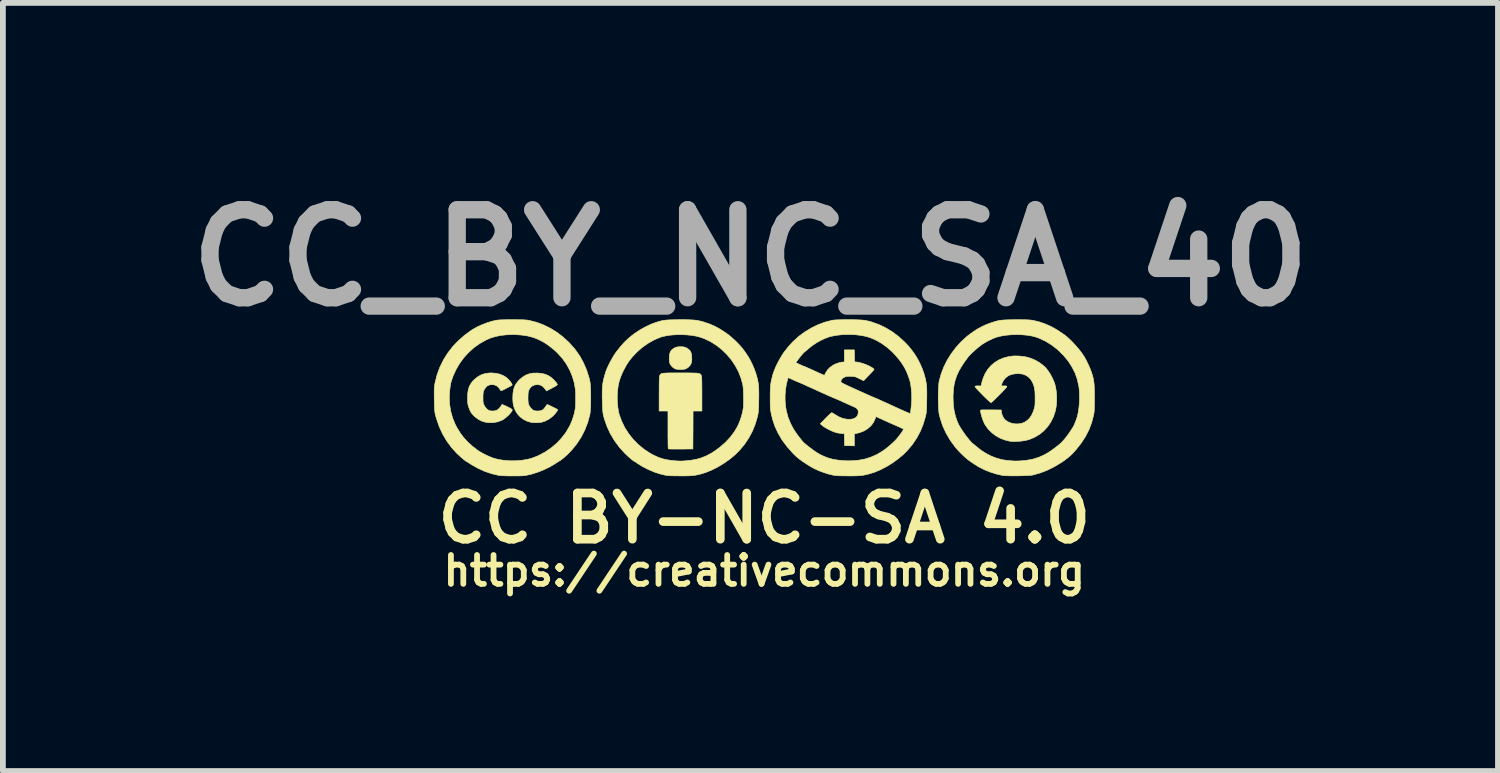
<source format=kicad_pcb>
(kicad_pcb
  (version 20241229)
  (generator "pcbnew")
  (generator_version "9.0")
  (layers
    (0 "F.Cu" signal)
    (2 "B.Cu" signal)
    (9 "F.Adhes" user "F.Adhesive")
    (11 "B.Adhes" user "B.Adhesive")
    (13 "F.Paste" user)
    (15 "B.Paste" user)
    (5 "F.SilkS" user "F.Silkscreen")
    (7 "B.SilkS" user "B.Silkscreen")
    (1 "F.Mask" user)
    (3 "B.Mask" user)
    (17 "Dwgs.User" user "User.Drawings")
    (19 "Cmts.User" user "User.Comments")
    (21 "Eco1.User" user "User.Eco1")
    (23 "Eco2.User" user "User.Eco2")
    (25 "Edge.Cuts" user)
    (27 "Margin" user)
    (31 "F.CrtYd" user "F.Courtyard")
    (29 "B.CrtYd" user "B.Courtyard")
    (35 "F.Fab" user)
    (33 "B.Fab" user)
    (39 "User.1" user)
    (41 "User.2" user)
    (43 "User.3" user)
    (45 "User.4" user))
  (footprint "CC_BY_NC_SA_40"
    (layer "F.Cu")
    (at 10.19 3.838)
    (property "Reference" "CC_BY_NC_SA_40" (at -0.24 -2.42 0) (layer "F.Fab") (effects (font (size 1.524 1.524) (thickness 0.3))))
    (attr through_hole)
    (fp_poly (pts (xy -1.418 -0.881) (xy -1.394 -0.878) (xy -1.374 -0.873) (xy -1.352 -0.863) (xy -1.345 -0.86) (xy -1.31 -0.837) (xy -1.285 -0.811) (xy -1.269 -0.778) (xy -1.259 -0.735) (xy -1.257 -0.701) (xy -1.256 -0.664) (xy -1.258 -0.629) (xy -1.262 -0.604) (xy -1.263 -0.602) (xy -1.278 -0.57) (xy -1.303 -0.538) (xy -1.335 -0.513) (xy -1.368 -0.496) (xy -1.374 -0.495) (xy -1.408 -0.489) (xy -1.449 -0.487) (xy -1.491 -0.489) (xy -1.527 -0.494) (xy -1.534 -0.495) (xy -1.558 -0.506) (xy -1.586 -0.526) (xy -1.597 -0.536) (xy -1.619 -0.561) (xy -1.634 -0.587) (xy -1.643 -0.617) (xy -1.647 -0.656) (xy -1.646 -0.701) (xy -1.641 -0.752) (xy -1.629 -0.791) (xy -1.61 -0.821) (xy -1.581 -0.846) (xy -1.557 -0.86) (xy -1.534 -0.87) (xy -1.514 -0.877) (xy -1.492 -0.88) (xy -1.462 -0.881) (xy -1.451 -0.881) (xy -1.418 -0.881)) (stroke (width 0.01) (type solid)) (fill yes) (layer "F.SilkS"))
    (fp_poly (pts (xy -1.373 -0.428) (xy -1.307 -0.428) (xy -1.254 -0.427) (xy -1.211 -0.426) (xy -1.177 -0.425) (xy -1.152 -0.422) (xy -1.133 -0.419) (xy -1.119 -0.414) (xy -1.109 -0.409) (xy -1.102 -0.401) (xy -1.096 -0.393) (xy -1.092 -0.385) (xy -1.09 -0.378) (xy -1.087 -0.367) (xy -1.085 -0.351) (xy -1.084 -0.329) (xy -1.083 -0.3) (xy -1.082 -0.261) (xy -1.082 -0.212) (xy -1.081 -0.152) (xy -1.081 -0.079) (xy -1.081 -0.066) (xy -1.081 0.232) (xy -1.234 0.232) (xy -1.235 0.561) (xy -1.237 0.889) (xy -1.448 0.891) (xy -1.502 0.891) (xy -1.551 0.891) (xy -1.594 0.891) (xy -1.628 0.89) (xy -1.652 0.889) (xy -1.663 0.888) (xy -1.664 0.888) (xy -1.665 0.88) (xy -1.666 0.859) (xy -1.667 0.826) (xy -1.668 0.783) (xy -1.668 0.732) (xy -1.669 0.674) (xy -1.669 0.61) (xy -1.669 0.558) (xy -1.669 0.232) (xy -1.822 0.232) (xy -1.822 -0.066) (xy -1.821 -0.141) (xy -1.821 -0.204) (xy -1.821 -0.254) (xy -1.82 -0.294) (xy -1.819 -0.325) (xy -1.818 -0.348) (xy -1.816 -0.365) (xy -1.814 -0.376) (xy -1.811 -0.384) (xy -1.811 -0.385) (xy -1.805 -0.395) (xy -1.799 -0.403) (xy -1.792 -0.41) (xy -1.781 -0.416) (xy -1.766 -0.42) (xy -1.745 -0.423) (xy -1.718 -0.425) (xy -1.682 -0.427) (xy -1.636 -0.428) (xy -1.58 -0.428) (xy -1.511 -0.428) (xy -1.451 -0.428) (xy -1.373 -0.428)) (stroke (width 0.01) (type solid)) (fill yes) (layer "F.SilkS"))
    (fp_poly (pts (xy -3.926 -0.426) (xy -3.857 -0.419) (xy -3.797 -0.405) (xy -3.744 -0.383) (xy -3.707 -0.36) (xy -3.682 -0.341) (xy -3.655 -0.317) (xy -3.63 -0.291) (xy -3.609 -0.266) (xy -3.593 -0.245) (xy -3.585 -0.229) (xy -3.585 -0.227) (xy -3.591 -0.218) (xy -3.607 -0.206) (xy -3.636 -0.188) (xy -3.678 -0.166) (xy -3.679 -0.165) (xy -3.773 -0.116) (xy -3.803 -0.157) (xy -3.835 -0.192) (xy -3.87 -0.214) (xy -3.911 -0.224) (xy -3.932 -0.225) (xy -3.981 -0.219) (xy -4.022 -0.201) (xy -4.054 -0.171) (xy -4.078 -0.131) (xy -4.089 -0.092) (xy -4.092 -0.068) (xy -4.093 -0.034) (xy -4.094 0.004) (xy -4.093 0.042) (xy -4.091 0.074) (xy -4.09 0.089) (xy -4.079 0.127) (xy -4.058 0.164) (xy -4.031 0.196) (xy -4.001 0.219) (xy -3.989 0.225) (xy -3.962 0.23) (xy -3.928 0.232) (xy -3.893 0.23) (xy -3.862 0.224) (xy -3.856 0.221) (xy -3.84 0.213) (xy -3.826 0.201) (xy -3.809 0.182) (xy -3.788 0.154) (xy -3.771 0.128) (xy -3.767 0.123) (xy -3.76 0.121) (xy -3.75 0.123) (xy -3.734 0.129) (xy -3.71 0.141) (xy -3.674 0.158) (xy -3.672 0.16) (xy -3.639 0.176) (xy -3.611 0.19) (xy -3.59 0.201) (xy -3.58 0.207) (xy -3.579 0.207) (xy -3.58 0.215) (xy -3.589 0.231) (xy -3.604 0.253) (xy -3.623 0.277) (xy -3.644 0.301) (xy -3.665 0.322) (xy -3.669 0.325) (xy -3.729 0.371) (xy -3.795 0.406) (xy -3.85 0.424) (xy -3.887 0.431) (xy -3.933 0.434) (xy -3.981 0.434) (xy -4.025 0.43) (xy -4.042 0.428) (xy -4.11 0.408) (xy -4.173 0.376) (xy -4.229 0.334) (xy -4.276 0.283) (xy -4.31 0.228) (xy -4.331 0.18) (xy -4.346 0.132) (xy -4.354 0.081) (xy -4.357 0.021) (xy -4.357 0.004) (xy -4.354 -0.071) (xy -4.344 -0.135) (xy -4.327 -0.19) (xy -4.3 -0.24) (xy -4.264 -0.286) (xy -4.244 -0.308) (xy -4.188 -0.355) (xy -4.132 -0.39) (xy -4.071 -0.413) (xy -4.004 -0.425) (xy -3.929 -0.426) (xy -3.926 -0.426)) (stroke (width 0.01) (type solid)) (fill yes) (layer "F.SilkS"))
    (fp_poly (pts (xy -4.653 -0.422) (xy -4.58 -0.406) (xy -4.515 -0.378) (xy -4.477 -0.355) (xy -4.452 -0.334) (xy -4.427 -0.309) (xy -4.404 -0.284) (xy -4.386 -0.259) (xy -4.373 -0.237) (xy -4.368 -0.221) (xy -4.37 -0.215) (xy -4.377 -0.211) (xy -4.394 -0.201) (xy -4.42 -0.187) (xy -4.452 -0.171) (xy -4.466 -0.163) (xy -4.503 -0.144) (xy -4.529 -0.131) (xy -4.546 -0.123) (xy -4.557 -0.121) (xy -4.564 -0.122) (xy -4.568 -0.126) (xy -4.568 -0.126) (xy -4.597 -0.169) (xy -4.627 -0.198) (xy -4.66 -0.216) (xy -4.699 -0.224) (xy -4.716 -0.225) (xy -4.76 -0.22) (xy -4.797 -0.204) (xy -4.827 -0.176) (xy -4.853 -0.135) (xy -4.856 -0.127) (xy -4.864 -0.11) (xy -4.868 -0.092) (xy -4.871 -0.072) (xy -4.873 -0.044) (xy -4.873 -0.006) (xy -4.873 0) (xy -4.873 0.04) (xy -4.872 0.069) (xy -4.869 0.09) (xy -4.864 0.108) (xy -4.857 0.125) (xy -4.856 0.127) (xy -4.834 0.166) (xy -4.806 0.198) (xy -4.775 0.22) (xy -4.77 0.222) (xy -4.736 0.231) (xy -4.696 0.232) (xy -4.656 0.226) (xy -4.63 0.216) (xy -4.607 0.199) (xy -4.582 0.174) (xy -4.561 0.146) (xy -4.548 0.122) (xy -4.542 0.12) (xy -4.525 0.124) (xy -4.498 0.136) (xy -4.466 0.151) (xy -4.426 0.171) (xy -4.397 0.186) (xy -4.379 0.197) (xy -4.369 0.206) (xy -4.366 0.214) (xy -4.368 0.224) (xy -4.375 0.236) (xy -4.379 0.242) (xy -4.399 0.27) (xy -4.429 0.302) (xy -4.464 0.334) (xy -4.5 0.363) (xy -4.534 0.386) (xy -4.546 0.392) (xy -4.619 0.419) (xy -4.696 0.433) (xy -4.775 0.434) (xy -4.839 0.424) (xy -4.899 0.405) (xy -4.958 0.373) (xy -5.013 0.332) (xy -5.059 0.285) (xy -5.082 0.254) (xy -5.094 0.231) (xy -5.108 0.2) (xy -5.12 0.167) (xy -5.121 0.163) (xy -5.129 0.137) (xy -5.135 0.113) (xy -5.138 0.089) (xy -5.14 0.058) (xy -5.141 0.019) (xy -5.141 0.007) (xy -5.138 -0.068) (xy -5.129 -0.133) (xy -5.112 -0.189) (xy -5.086 -0.238) (xy -5.052 -0.284) (xy -5.023 -0.314) (xy -4.963 -0.362) (xy -4.901 -0.396) (xy -4.834 -0.418) (xy -4.76 -0.427) (xy -4.733 -0.428) (xy -4.653 -0.422)) (stroke (width 0.01) (type solid)) (fill yes) (layer "F.SilkS"))
    (fp_poly (pts (xy 4.416 -0.721) (xy 4.514 -0.709) (xy 4.568 -0.697) (xy 4.631 -0.676) (xy 4.696 -0.647) (xy 4.759 -0.611) (xy 4.816 -0.57) (xy 4.864 -0.528) (xy 4.875 -0.516) (xy 4.913 -0.469) (xy 4.951 -0.412) (xy 4.985 -0.349) (xy 5.014 -0.286) (xy 5.029 -0.248) (xy 5.046 -0.182) (xy 5.058 -0.107) (xy 5.064 -0.027) (xy 5.064 0.055) (xy 5.059 0.135) (xy 5.047 0.208) (xy 5.041 0.233) (xy 5.009 0.33) (xy 4.965 0.419) (xy 4.911 0.5) (xy 4.846 0.571) (xy 4.773 0.632) (xy 4.691 0.682) (xy 4.601 0.721) (xy 4.546 0.737) (xy 4.498 0.747) (xy 4.442 0.754) (xy 4.384 0.758) (xy 4.328 0.76) (xy 4.278 0.758) (xy 4.253 0.755) (xy 4.167 0.734) (xy 4.085 0.702) (xy 4.008 0.659) (xy 3.939 0.606) (xy 3.878 0.545) (xy 3.829 0.477) (xy 3.81 0.443) (xy 3.796 0.41) (xy 3.781 0.371) (xy 3.767 0.329) (xy 3.756 0.288) (xy 3.748 0.251) (xy 3.745 0.224) (xy 3.745 0.221) (xy 3.746 0.217) (xy 3.753 0.215) (xy 3.766 0.213) (xy 3.786 0.212) (xy 3.816 0.212) (xy 3.857 0.212) (xy 3.91 0.212) (xy 3.924 0.212) (xy 4.104 0.214) (xy 4.105 0.238) (xy 4.112 0.276) (xy 4.127 0.317) (xy 4.148 0.356) (xy 4.154 0.365) (xy 4.189 0.399) (xy 4.234 0.425) (xy 4.285 0.444) (xy 4.341 0.454) (xy 4.398 0.455) (xy 4.453 0.447) (xy 4.503 0.429) (xy 4.553 0.397) (xy 4.595 0.356) (xy 4.631 0.303) (xy 4.66 0.239) (xy 4.675 0.191) (xy 4.681 0.168) (xy 4.686 0.146) (xy 4.689 0.122) (xy 4.69 0.093) (xy 4.691 0.056) (xy 4.691 0.008) (xy 4.691 0.007) (xy 4.69 -0.056) (xy 4.688 -0.109) (xy 4.682 -0.153) (xy 4.673 -0.192) (xy 4.661 -0.228) (xy 4.648 -0.261) (xy 4.616 -0.315) (xy 4.575 -0.358) (xy 4.526 -0.389) (xy 4.469 -0.409) (xy 4.405 -0.416) (xy 4.351 -0.413) (xy 4.308 -0.407) (xy 4.275 -0.399) (xy 4.246 -0.388) (xy 4.22 -0.374) (xy 4.18 -0.343) (xy 4.146 -0.303) (xy 4.121 -0.258) (xy 4.111 -0.227) (xy 4.106 -0.203) (xy 4.154 -0.203) (xy 4.18 -0.203) (xy 4.195 -0.2) (xy 4.201 -0.196) (xy 4.202 -0.19) (xy 4.197 -0.182) (xy 4.183 -0.165) (xy 4.162 -0.142) (xy 4.135 -0.113) (xy 4.105 -0.082) (xy 4.073 -0.049) (xy 4.04 -0.016) (xy 4.008 0.015) (xy 3.979 0.043) (xy 3.955 0.065) (xy 3.937 0.08) (xy 3.927 0.087) (xy 3.926 0.087) (xy 3.918 0.082) (xy 3.901 0.068) (xy 3.878 0.047) (xy 3.85 0.02) (xy 3.818 -0.01) (xy 3.785 -0.043) (xy 3.753 -0.076) (xy 3.722 -0.108) (xy 3.695 -0.137) (xy 3.672 -0.161) (xy 3.657 -0.18) (xy 3.651 -0.19) (xy 3.65 -0.191) (xy 3.652 -0.197) (xy 3.66 -0.201) (xy 3.676 -0.203) (xy 3.704 -0.203) (xy 3.758 -0.203) (xy 3.762 -0.236) (xy 3.771 -0.275) (xy 3.786 -0.322) (xy 3.805 -0.37) (xy 3.824 -0.414) (xy 3.87 -0.488) (xy 3.925 -0.553) (xy 3.99 -0.608) (xy 4.063 -0.653) (xy 4.143 -0.687) (xy 4.23 -0.71) (xy 4.321 -0.722) (xy 4.416 -0.721)) (stroke (width 0.01) (type solid)) (fill yes) (layer "F.SilkS"))
    (fp_poly (pts (xy -4.3 -1.35) (xy -4.246 -1.349) (xy -4.203 -1.349) (xy -4.168 -1.348) (xy -4.139 -1.346) (xy -4.114 -1.344) (xy -4.092 -1.341) (xy -4.07 -1.337) (xy -4.062 -1.335) (xy -3.939 -1.303) (xy -3.819 -1.257) (xy -3.702 -1.199) (xy -3.589 -1.129) (xy -3.483 -1.047) (xy -3.384 -0.956) (xy -3.293 -0.855) (xy -3.274 -0.831) (xy -3.198 -0.723) (xy -3.133 -0.605) (xy -3.079 -0.48) (xy -3.037 -0.348) (xy -3.021 -0.281) (xy -3.016 -0.25) (xy -3.013 -0.208) (xy -3.01 -0.156) (xy -3.008 -0.097) (xy -3.007 -0.034) (xy -3.007 0.03) (xy -3.008 0.093) (xy -3.009 0.153) (xy -3.012 0.207) (xy -3.016 0.252) (xy -3.02 0.285) (xy -3.021 0.29) (xy -3.058 0.427) (xy -3.108 0.557) (xy -3.17 0.68) (xy -3.245 0.795) (xy -3.332 0.903) (xy -3.387 0.962) (xy -3.428 1) (xy -3.467 1.036) (xy -3.504 1.066) (xy -3.535 1.089) (xy -3.551 1.098) (xy -3.563 1.106) (xy -3.585 1.119) (xy -3.612 1.137) (xy -3.632 1.15) (xy -3.721 1.202) (xy -3.819 1.249) (xy -3.923 1.291) (xy -4.027 1.324) (xy -4.105 1.342) (xy -4.13 1.347) (xy -4.154 1.351) (xy -4.18 1.353) (xy -4.21 1.355) (xy -4.247 1.356) (xy -4.292 1.356) (xy -4.349 1.356) (xy -4.366 1.356) (xy -4.439 1.356) (xy -4.501 1.354) (xy -4.551 1.352) (xy -4.589 1.348) (xy -4.606 1.346) (xy -4.726 1.317) (xy -4.846 1.276) (xy -4.964 1.222) (xy -5.076 1.159) (xy -5.093 1.147) (xy -5.12 1.13) (xy -5.143 1.115) (xy -5.159 1.106) (xy -5.164 1.103) (xy -5.173 1.098) (xy -5.189 1.086) (xy -5.212 1.068) (xy -5.238 1.045) (xy -5.266 1.021) (xy -5.293 0.996) (xy -5.317 0.974) (xy -5.328 0.964) (xy -5.422 0.859) (xy -5.504 0.747) (xy -5.574 0.627) (xy -5.633 0.498) (xy -5.68 0.36) (xy -5.698 0.298) (xy -5.702 0.278) (xy -5.706 0.258) (xy -5.709 0.235) (xy -5.711 0.209) (xy -5.713 0.176) (xy -5.715 0.135) (xy -5.716 0.083) (xy -5.717 0.029) (xy -5.717 -0.001) (xy -5.458 -0.001) (xy -5.451 0.12) (xy -5.431 0.24) (xy -5.398 0.357) (xy -5.352 0.468) (xy -5.317 0.533) (xy -5.262 0.621) (xy -5.201 0.7) (xy -5.133 0.774) (xy -5.054 0.844) (xy -4.963 0.914) (xy -4.958 0.918) (xy -4.92 0.942) (xy -4.873 0.968) (xy -4.82 0.995) (xy -4.766 1.019) (xy -4.715 1.04) (xy -4.684 1.051) (xy -4.602 1.072) (xy -4.511 1.086) (xy -4.413 1.094) (xy -4.313 1.094) (xy -4.215 1.087) (xy -4.19 1.084) (xy -4.1 1.069) (xy -4.017 1.046) (xy -3.935 1.014) (xy -3.908 1.002) (xy -3.796 0.942) (xy -3.692 0.871) (xy -3.597 0.791) (xy -3.513 0.702) (xy -3.439 0.606) (xy -3.378 0.503) (xy -3.364 0.475) (xy -3.344 0.431) (xy -3.325 0.382) (xy -3.308 0.331) (xy -3.294 0.284) (xy -3.285 0.245) (xy -3.284 0.239) (xy -3.28 0.216) (xy -3.276 0.197) (xy -3.275 0.192) (xy -3.273 0.172) (xy -3.27 0.14) (xy -3.269 0.1) (xy -3.268 0.055) (xy -3.268 0.007) (xy -3.268 -0.04) (xy -3.269 -0.083) (xy -3.271 -0.119) (xy -3.272 -0.138) (xy -3.292 -0.256) (xy -3.326 -0.371) (xy -3.373 -0.482) (xy -3.432 -0.587) (xy -3.503 -0.686) (xy -3.586 -0.777) (xy -3.639 -0.826) (xy -3.73 -0.899) (xy -3.819 -0.959) (xy -3.909 -1.006) (xy -4.002 -1.043) (xy -4.1 -1.068) (xy -4.205 -1.084) (xy -4.319 -1.092) (xy -4.362 -1.092) (xy -4.47 -1.088) (xy -4.569 -1.077) (xy -4.66 -1.058) (xy -4.746 -1.031) (xy -4.822 -0.998) (xy -4.929 -0.938) (xy -5.03 -0.866) (xy -5.122 -0.783) (xy -5.206 -0.691) (xy -5.28 -0.59) (xy -5.342 -0.483) (xy -5.393 -0.37) (xy -5.422 -0.284) (xy -5.428 -0.262) (xy -5.433 -0.244) (xy -5.436 -0.224) (xy -5.44 -0.201) (xy -5.444 -0.17) (xy -5.449 -0.129) (xy -5.45 -0.124) (xy -5.458 -0.001) (xy -5.717 -0.001) (xy -5.718 -0.032) (xy -5.718 -0.08) (xy -5.718 -0.119) (xy -5.717 -0.15) (xy -5.716 -0.176) (xy -5.714 -0.199) (xy -5.71 -0.222) (xy -5.706 -0.246) (xy -5.701 -0.269) (xy -5.667 -0.401) (xy -5.619 -0.53) (xy -5.559 -0.652) (xy -5.486 -0.769) (xy -5.401 -0.88) (xy -5.304 -0.982) (xy -5.197 -1.077) (xy -5.08 -1.163) (xy -5.05 -1.182) (xy -4.974 -1.225) (xy -4.888 -1.264) (xy -4.797 -1.299) (xy -4.706 -1.326) (xy -4.665 -1.335) (xy -4.644 -1.339) (xy -4.623 -1.343) (xy -4.6 -1.345) (xy -4.572 -1.347) (xy -4.539 -1.348) (xy -4.497 -1.349) (xy -4.445 -1.35) (xy -4.381 -1.35) (xy -4.366 -1.35) (xy -4.3 -1.35)) (stroke (width 0.01) (type solid)) (fill yes) (layer "F.SilkS"))
    (fp_poly (pts (xy -1.384 -1.35) (xy -1.322 -1.349) (xy -1.271 -1.347) (xy -1.227 -1.345) (xy -1.19 -1.341) (xy -1.155 -1.336) (xy -1.122 -1.329) (xy -1.087 -1.321) (xy -1.05 -1.31) (xy -1.035 -1.305) (xy -0.949 -1.276) (xy -0.866 -1.24) (xy -0.784 -1.197) (xy -0.7 -1.144) (xy -0.635 -1.099) (xy -0.598 -1.07) (xy -0.556 -1.034) (xy -0.512 -0.994) (xy -0.469 -0.952) (xy -0.43 -0.911) (xy -0.397 -0.874) (xy -0.381 -0.855) (xy -0.361 -0.828) (xy -0.339 -0.799) (xy -0.33 -0.787) (xy -0.29 -0.728) (xy -0.25 -0.66) (xy -0.212 -0.585) (xy -0.178 -0.507) (xy -0.15 -0.431) (xy -0.135 -0.382) (xy -0.123 -0.338) (xy -0.114 -0.298) (xy -0.107 -0.261) (xy -0.101 -0.224) (xy -0.098 -0.184) (xy -0.096 -0.139) (xy -0.095 -0.086) (xy -0.095 -0.024) (xy -0.096 0.04) (xy -0.097 0.102) (xy -0.098 0.152) (xy -0.1 0.192) (xy -0.102 0.224) (xy -0.104 0.25) (xy -0.107 0.272) (xy -0.111 0.294) (xy -0.116 0.316) (xy -0.118 0.327) (xy -0.157 0.459) (xy -0.207 0.583) (xy -0.269 0.699) (xy -0.343 0.809) (xy -0.428 0.911) (xy -0.506 0.989) (xy -0.596 1.064) (xy -0.695 1.134) (xy -0.798 1.197) (xy -0.903 1.251) (xy -1.008 1.294) (xy -1.032 1.302) (xy -1.082 1.318) (xy -1.128 1.33) (xy -1.172 1.34) (xy -1.216 1.347) (xy -1.264 1.352) (xy -1.318 1.355) (xy -1.381 1.356) (xy -1.456 1.356) (xy -1.457 1.356) (xy -1.538 1.355) (xy -1.605 1.354) (xy -1.657 1.351) (xy -1.694 1.347) (xy -1.705 1.346) (xy -1.804 1.322) (xy -1.906 1.289) (xy -2.008 1.246) (xy -2.105 1.197) (xy -2.194 1.142) (xy -2.214 1.127) (xy -2.233 1.114) (xy -2.248 1.105) (xy -2.253 1.103) (xy -2.262 1.098) (xy -2.279 1.086) (xy -2.302 1.067) (xy -2.329 1.044) (xy -2.358 1.019) (xy -2.386 0.993) (xy -2.411 0.969) (xy -2.417 0.963) (xy -2.513 0.857) (xy -2.597 0.742) (xy -2.669 0.621) (xy -2.727 0.494) (xy -2.773 0.362) (xy -2.791 0.29) (xy -2.795 0.264) (xy -2.799 0.226) (xy -2.802 0.179) (xy -2.804 0.124) (xy -2.806 0.066) (xy -2.808 0.006) (xy -2.808 -0.014) (xy -2.548 -0.014) (xy -2.546 0.08) (xy -2.537 0.171) (xy -2.523 0.255) (xy -2.514 0.29) (xy -2.472 0.406) (xy -2.418 0.518) (xy -2.351 0.623) (xy -2.273 0.722) (xy -2.185 0.811) (xy -2.087 0.892) (xy -1.98 0.963) (xy -1.909 1.001) (xy -1.833 1.035) (xy -1.76 1.06) (xy -1.682 1.077) (xy -1.636 1.084) (xy -1.567 1.093) (xy -1.507 1.097) (xy -1.45 1.099) (xy -1.392 1.097) (xy -1.329 1.091) (xy -1.266 1.084) (xy -1.175 1.068) (xy -1.089 1.043) (xy -1.005 1.009) (xy -0.922 0.965) (xy -0.836 0.909) (xy -0.773 0.862) (xy -0.675 0.777) (xy -0.588 0.684) (xy -0.514 0.584) (xy -0.473 0.515) (xy -0.443 0.454) (xy -0.416 0.385) (xy -0.393 0.313) (xy -0.375 0.244) (xy -0.365 0.18) (xy -0.364 0.178) (xy -0.361 0.137) (xy -0.36 0.088) (xy -0.359 0.033) (xy -0.36 -0.024) (xy -0.361 -0.08) (xy -0.363 -0.133) (xy -0.367 -0.178) (xy -0.371 -0.214) (xy -0.373 -0.225) (xy -0.404 -0.339) (xy -0.447 -0.449) (xy -0.504 -0.555) (xy -0.571 -0.655) (xy -0.648 -0.747) (xy -0.734 -0.831) (xy -0.828 -0.905) (xy -0.929 -0.969) (xy -1.036 -1.02) (xy -1.101 -1.044) (xy -1.173 -1.064) (xy -1.254 -1.078) (xy -1.342 -1.087) (xy -1.433 -1.091) (xy -1.525 -1.09) (xy -1.613 -1.084) (xy -1.696 -1.072) (xy -1.769 -1.056) (xy -1.8 -1.046) (xy -1.905 -1.002) (xy -2.008 -0.945) (xy -2.107 -0.876) (xy -2.199 -0.797) (xy -2.283 -0.709) (xy -2.345 -0.632) (xy -2.384 -0.572) (xy -2.422 -0.504) (xy -2.458 -0.432) (xy -2.488 -0.36) (xy -2.511 -0.294) (xy -2.514 -0.282) (xy -2.532 -0.2) (xy -2.543 -0.109) (xy -2.548 -0.014) (xy -2.808 -0.014) (xy -2.808 -0.053) (xy -2.808 -0.108) (xy -2.806 -0.157) (xy -2.804 -0.197) (xy -2.801 -0.225) (xy -2.792 -0.278) (xy -2.779 -0.336) (xy -2.763 -0.393) (xy -2.748 -0.444) (xy -2.74 -0.466) (xy -2.722 -0.511) (xy -2.698 -0.561) (xy -2.672 -0.614) (xy -2.643 -0.666) (xy -2.615 -0.716) (xy -2.587 -0.759) (xy -2.563 -0.794) (xy -2.55 -0.81) (xy -2.54 -0.822) (xy -2.523 -0.843) (xy -2.503 -0.868) (xy -2.49 -0.885) (xy -2.423 -0.961) (xy -2.344 -1.035) (xy -2.256 -1.105) (xy -2.161 -1.169) (xy -2.061 -1.225) (xy -1.961 -1.272) (xy -1.889 -1.299) (xy -1.848 -1.312) (xy -1.811 -1.323) (xy -1.776 -1.332) (xy -1.742 -1.338) (xy -1.705 -1.343) (xy -1.663 -1.346) (xy -1.615 -1.348) (xy -1.557 -1.349) (xy -1.488 -1.35) (xy -1.458 -1.35) (xy -1.384 -1.35)) (stroke (width 0.01) (type solid)) (fill yes) (layer "F.SilkS"))
    (fp_poly (pts (xy 4.435 -1.35) (xy 4.488 -1.349) (xy 4.531 -1.349) (xy 4.565 -1.347) (xy 4.594 -1.346) (xy 4.618 -1.343) (xy 4.641 -1.34) (xy 4.663 -1.336) (xy 4.669 -1.335) (xy 4.771 -1.31) (xy 4.87 -1.275) (xy 4.968 -1.231) (xy 5.067 -1.176) (xy 5.169 -1.108) (xy 5.211 -1.079) (xy 5.254 -1.043) (xy 5.303 -0.998) (xy 5.354 -0.946) (xy 5.405 -0.889) (xy 5.454 -0.832) (xy 5.497 -0.776) (xy 5.532 -0.725) (xy 5.539 -0.713) (xy 5.564 -0.67) (xy 5.59 -0.619) (xy 5.617 -0.563) (xy 5.641 -0.508) (xy 5.66 -0.459) (xy 5.667 -0.439) (xy 5.681 -0.397) (xy 5.692 -0.358) (xy 5.7 -0.322) (xy 5.707 -0.284) (xy 5.712 -0.244) (xy 5.715 -0.198) (xy 5.717 -0.145) (xy 5.718 -0.083) (xy 5.719 -0.008) (xy 5.719 0.004) (xy 5.719 0.07) (xy 5.718 0.124) (xy 5.717 0.168) (xy 5.716 0.203) (xy 5.715 0.231) (xy 5.712 0.256) (xy 5.709 0.278) (xy 5.705 0.3) (xy 5.704 0.305) (xy 5.671 0.431) (xy 5.625 0.554) (xy 5.565 0.672) (xy 5.49 0.787) (xy 5.403 0.898) (xy 5.356 0.951) (xy 5.31 0.997) (xy 5.262 1.039) (xy 5.208 1.08) (xy 5.145 1.124) (xy 5.027 1.195) (xy 4.905 1.256) (xy 4.782 1.304) (xy 4.659 1.339) (xy 4.633 1.344) (xy 4.595 1.347) (xy 4.548 1.35) (xy 4.493 1.352) (xy 4.435 1.354) (xy 4.374 1.355) (xy 4.314 1.355) (xy 4.256 1.355) (xy 4.205 1.353) (xy 4.162 1.351) (xy 4.129 1.348) (xy 4.118 1.346) (xy 4.015 1.322) (xy 3.911 1.289) (xy 3.81 1.248) (xy 3.717 1.201) (xy 3.637 1.151) (xy 3.611 1.134) (xy 3.59 1.119) (xy 3.575 1.109) (xy 3.572 1.107) (xy 3.536 1.081) (xy 3.494 1.047) (xy 3.448 1.006) (xy 3.402 0.961) (xy 3.357 0.914) (xy 3.316 0.867) (xy 3.304 0.853) (xy 3.22 0.737) (xy 3.149 0.616) (xy 3.091 0.491) (xy 3.048 0.361) (xy 3.028 0.283) (xy 3.024 0.252) (xy 3.02 0.208) (xy 3.017 0.156) (xy 3.015 0.097) (xy 3.014 0.033) (xy 3.014 0) (xy 3.27 0) (xy 3.274 0.117) (xy 3.288 0.224) (xy 3.311 0.323) (xy 3.343 0.416) (xy 3.356 0.445) (xy 3.376 0.485) (xy 3.403 0.53) (xy 3.435 0.578) (xy 3.469 0.628) (xy 3.505 0.676) (xy 3.54 0.72) (xy 3.573 0.759) (xy 3.602 0.788) (xy 3.619 0.803) (xy 3.64 0.819) (xy 3.665 0.84) (xy 3.683 0.855) (xy 3.76 0.916) (xy 3.845 0.969) (xy 3.935 1.015) (xy 4.027 1.05) (xy 4.117 1.074) (xy 4.144 1.079) (xy 4.242 1.092) (xy 4.333 1.098) (xy 4.422 1.097) (xy 4.517 1.089) (xy 4.554 1.084) (xy 4.66 1.064) (xy 4.762 1.031) (xy 4.86 0.986) (xy 4.922 0.95) (xy 4.961 0.924) (xy 5.006 0.892) (xy 5.054 0.856) (xy 5.099 0.82) (xy 5.138 0.787) (xy 5.141 0.784) (xy 5.17 0.754) (xy 5.205 0.714) (xy 5.242 0.667) (xy 5.28 0.614) (xy 5.317 0.56) (xy 5.35 0.508) (xy 5.361 0.487) (xy 5.375 0.456) (xy 5.39 0.419) (xy 5.404 0.381) (xy 5.416 0.346) (xy 5.422 0.328) (xy 5.438 0.257) (xy 5.45 0.176) (xy 5.458 0.089) (xy 5.461 -0.001) (xy 5.459 -0.089) (xy 5.452 -0.172) (xy 5.447 -0.202) (xy 5.422 -0.315) (xy 5.384 -0.425) (xy 5.331 -0.53) (xy 5.266 -0.631) (xy 5.187 -0.727) (xy 5.097 -0.817) (xy 5.073 -0.838) (xy 4.973 -0.915) (xy 4.87 -0.978) (xy 4.764 -1.028) (xy 4.71 -1.048) (xy 4.637 -1.067) (xy 4.554 -1.081) (xy 4.464 -1.089) (xy 4.371 -1.092) (xy 4.278 -1.089) (xy 4.187 -1.081) (xy 4.102 -1.067) (xy 4.027 -1.048) (xy 4.005 -1.041) (xy 3.956 -1.021) (xy 3.903 -0.996) (xy 3.85 -0.969) (xy 3.801 -0.94) (xy 3.764 -0.916) (xy 3.727 -0.887) (xy 3.687 -0.855) (xy 3.647 -0.82) (xy 3.608 -0.785) (xy 3.574 -0.752) (xy 3.547 -0.724) (xy 3.533 -0.707) (xy 3.467 -0.618) (xy 3.413 -0.535) (xy 3.368 -0.457) (xy 3.333 -0.38) (xy 3.307 -0.304) (xy 3.288 -0.225) (xy 3.276 -0.141) (xy 3.271 -0.051) (xy 3.27 0) (xy 3.014 0) (xy 3.014 -0.031) (xy 3.015 -0.094) (xy 3.017 -0.154) (xy 3.02 -0.207) (xy 3.024 -0.25) (xy 3.028 -0.282) (xy 3.028 -0.283) (xy 3.062 -0.406) (xy 3.108 -0.528) (xy 3.167 -0.647) (xy 3.238 -0.76) (xy 3.318 -0.867) (xy 3.407 -0.966) (xy 3.503 -1.054) (xy 3.542 -1.085) (xy 3.622 -1.143) (xy 3.696 -1.191) (xy 3.77 -1.231) (xy 3.846 -1.266) (xy 3.927 -1.296) (xy 3.97 -1.31) (xy 4.008 -1.322) (xy 4.045 -1.331) (xy 4.082 -1.338) (xy 4.123 -1.343) (xy 4.168 -1.346) (xy 4.221 -1.348) (xy 4.283 -1.349) (xy 4.357 -1.35) (xy 4.369 -1.35) (xy 4.435 -1.35)) (stroke (width 0.01) (type solid)) (fill yes) (layer "F.SilkS"))
    (fp_poly (pts (xy 1.526 -1.35) (xy 1.588 -1.349) (xy 1.639 -1.347) (xy 1.683 -1.345) (xy 1.721 -1.341) (xy 1.755 -1.336) (xy 1.789 -1.329) (xy 1.823 -1.321) (xy 1.861 -1.31) (xy 1.875 -1.305) (xy 1.993 -1.262) (xy 2.108 -1.206) (xy 2.22 -1.138) (xy 2.324 -1.06) (xy 2.42 -0.973) (xy 2.422 -0.971) (xy 2.45 -0.943) (xy 2.475 -0.917) (xy 2.494 -0.896) (xy 2.507 -0.882) (xy 2.509 -0.879) (xy 2.519 -0.866) (xy 2.536 -0.845) (xy 2.556 -0.82) (xy 2.563 -0.811) (xy 2.609 -0.747) (xy 2.654 -0.673) (xy 2.696 -0.592) (xy 2.733 -0.508) (xy 2.763 -0.425) (xy 2.779 -0.369) (xy 2.79 -0.327) (xy 2.798 -0.29) (xy 2.804 -0.255) (xy 2.809 -0.221) (xy 2.812 -0.184) (xy 2.814 -0.143) (xy 2.815 -0.095) (xy 2.815 -0.037) (xy 2.814 0.033) (xy 2.814 0.036) (xy 2.813 0.099) (xy 2.812 0.149) (xy 2.81 0.189) (xy 2.809 0.221) (xy 2.807 0.248) (xy 2.804 0.27) (xy 2.8 0.291) (xy 2.795 0.313) (xy 2.792 0.327) (xy 2.753 0.459) (xy 2.703 0.583) (xy 2.641 0.699) (xy 2.567 0.809) (xy 2.482 0.911) (xy 2.405 0.988) (xy 2.317 1.061) (xy 2.221 1.131) (xy 2.12 1.193) (xy 2.017 1.247) (xy 1.915 1.29) (xy 1.879 1.302) (xy 1.828 1.318) (xy 1.782 1.33) (xy 1.738 1.34) (xy 1.694 1.347) (xy 1.646 1.352) (xy 1.592 1.355) (xy 1.529 1.356) (xy 1.455 1.356) (xy 1.453 1.356) (xy 1.372 1.355) (xy 1.306 1.354) (xy 1.254 1.351) (xy 1.216 1.347) (xy 1.205 1.346) (xy 1.094 1.319) (xy 0.981 1.28) (xy 0.948 1.267) (xy 0.901 1.246) (xy 0.861 1.227) (xy 0.822 1.206) (xy 0.782 1.182) (xy 0.736 1.153) (xy 0.713 1.138) (xy 0.661 1.104) (xy 0.619 1.073) (xy 0.582 1.044) (xy 0.547 1.014) (xy 0.512 0.98) (xy 0.485 0.952) (xy 0.39 0.844) (xy 0.308 0.733) (xy 0.24 0.618) (xy 0.185 0.5) (xy 0.143 0.376) (xy 0.12 0.279) (xy 0.114 0.25) (xy 0.11 0.224) (xy 0.106 0.199) (xy 0.104 0.171) (xy 0.103 0.139) (xy 0.102 0.099) (xy 0.102 0.05) (xy 0.102 0.003) (xy 0.102 -0.046) (xy 0.36 -0.046) (xy 0.36 0.052) (xy 0.368 0.147) (xy 0.381 0.226) (xy 0.411 0.339) (xy 0.456 0.45) (xy 0.504 0.541) (xy 0.526 0.576) (xy 0.553 0.615) (xy 0.582 0.656) (xy 0.613 0.696) (xy 0.642 0.733) (xy 0.668 0.763) (xy 0.688 0.784) (xy 0.692 0.788) (xy 0.763 0.846) (xy 0.826 0.894) (xy 0.883 0.935) (xy 0.937 0.969) (xy 0.989 0.997) (xy 1.042 1.021) (xy 1.098 1.042) (xy 1.117 1.049) (xy 1.189 1.068) (xy 1.271 1.082) (xy 1.36 1.091) (xy 1.453 1.095) (xy 1.545 1.092) (xy 1.634 1.084) (xy 1.742 1.064) (xy 1.849 1.03) (xy 1.952 0.984) (xy 2.048 0.927) (xy 2.092 0.895) (xy 2.141 0.857) (xy 2.189 0.816) (xy 2.234 0.775) (xy 2.273 0.737) (xy 2.293 0.715) (xy 2.32 0.682) (xy 2.346 0.648) (xy 2.37 0.616) (xy 2.389 0.588) (xy 2.403 0.565) (xy 2.411 0.549) (xy 2.411 0.543) (xy 2.403 0.539) (xy 2.384 0.53) (xy 2.356 0.517) (xy 2.322 0.502) (xy 2.297 0.491) (xy 2.252 0.471) (xy 2.199 0.448) (xy 2.143 0.423) (xy 2.089 0.399) (xy 2.061 0.386) (xy 1.934 0.328) (xy 1.919 0.37) (xy 1.889 0.433) (xy 1.847 0.488) (xy 1.793 0.536) (xy 1.731 0.575) (xy 1.659 0.604) (xy 1.618 0.615) (xy 1.56 0.628) (xy 1.56 0.835) (xy 1.475 0.833) (xy 1.39 0.831) (xy 1.388 0.729) (xy 1.386 0.626) (xy 1.339 0.622) (xy 1.305 0.617) (xy 1.267 0.611) (xy 1.247 0.606) (xy 1.212 0.595) (xy 1.17 0.578) (xy 1.125 0.557) (xy 1.082 0.534) (xy 1.043 0.511) (xy 1.013 0.491) (xy 1.006 0.485) (xy 0.97 0.453) (xy 1.063 0.357) (xy 1.093 0.327) (xy 1.121 0.3) (xy 1.143 0.279) (xy 1.16 0.266) (xy 1.168 0.261) (xy 1.179 0.265) (xy 1.198 0.276) (xy 1.216 0.287) (xy 1.286 0.33) (xy 1.356 0.359) (xy 1.427 0.374) (xy 1.485 0.376) (xy 1.536 0.368) (xy 1.576 0.351) (xy 1.605 0.325) (xy 1.622 0.291) (xy 1.628 0.254) (xy 1.625 0.225) (xy 1.616 0.202) (xy 1.597 0.184) (xy 1.568 0.166) (xy 1.545 0.156) (xy 1.523 0.146) (xy 1.503 0.137) (xy 1.482 0.128) (xy 1.458 0.117) (xy 1.428 0.104) (xy 1.391 0.087) (xy 1.344 0.066) (xy 1.332 0.06) (xy 1.294 0.043) (xy 1.257 0.027) (xy 1.225 0.013) (xy 1.201 0.004) (xy 1.185 -0.003) (xy 1.157 -0.015) (xy 1.119 -0.031) (xy 1.074 -0.052) (xy 1.022 -0.075) (xy 0.966 -0.1) (xy 0.907 -0.127) (xy 0.9 -0.13) (xy 0.841 -0.158) (xy 0.783 -0.183) (xy 0.73 -0.207) (xy 0.683 -0.229) (xy 0.643 -0.246) (xy 0.612 -0.26) (xy 0.593 -0.268) (xy 0.591 -0.268) (xy 0.56 -0.281) (xy 0.523 -0.297) (xy 0.486 -0.314) (xy 0.478 -0.318) (xy 0.414 -0.347) (xy 0.403 -0.313) (xy 0.382 -0.232) (xy 0.368 -0.141) (xy 0.36 -0.046) (xy 0.102 -0.046) (xy 0.102 -0.065) (xy 0.103 -0.122) (xy 0.105 -0.169) (xy 0.108 -0.21) (xy 0.113 -0.248) (xy 0.12 -0.286) (xy 0.129 -0.325) (xy 0.137 -0.36) (xy 0.152 -0.414) (xy 0.171 -0.467) (xy 0.193 -0.521) (xy 0.222 -0.583) (xy 0.229 -0.597) (xy 0.235 -0.607) (xy 0.545 -0.607) (xy 0.611 -0.576) (xy 0.639 -0.562) (xy 0.663 -0.552) (xy 0.679 -0.546) (xy 0.684 -0.544) (xy 0.692 -0.541) (xy 0.711 -0.533) (xy 0.74 -0.52) (xy 0.777 -0.504) (xy 0.82 -0.485) (xy 0.865 -0.464) (xy 0.911 -0.443) (xy 0.953 -0.424) (xy 0.989 -0.408) (xy 1.017 -0.396) (xy 1.035 -0.388) (xy 1.041 -0.386) (xy 1.045 -0.393) (xy 1.053 -0.41) (xy 1.063 -0.43) (xy 1.097 -0.482) (xy 1.142 -0.528) (xy 1.197 -0.565) (xy 1.202 -0.568) (xy 1.243 -0.587) (xy 1.287 -0.602) (xy 1.328 -0.613) (xy 1.362 -0.617) (xy 1.364 -0.617) (xy 1.386 -0.617) (xy 1.386 -0.827) (xy 1.56 -0.827) (xy 1.562 -0.724) (xy 1.564 -0.62) (xy 1.589 -0.618) (xy 1.638 -0.611) (xy 1.693 -0.596) (xy 1.75 -0.577) (xy 1.771 -0.568) (xy 1.808 -0.552) (xy 1.842 -0.534) (xy 1.87 -0.517) (xy 1.891 -0.502) (xy 1.901 -0.491) (xy 1.901 -0.489) (xy 1.896 -0.482) (xy 1.883 -0.465) (xy 1.863 -0.443) (xy 1.837 -0.415) (xy 1.811 -0.387) (xy 1.72 -0.293) (xy 1.647 -0.329) (xy 1.614 -0.345) (xy 1.589 -0.356) (xy 1.568 -0.362) (xy 1.545 -0.366) (xy 1.516 -0.368) (xy 1.507 -0.368) (xy 1.467 -0.37) (xy 1.437 -0.368) (xy 1.411 -0.363) (xy 1.402 -0.36) (xy 1.372 -0.345) (xy 1.347 -0.326) (xy 1.332 -0.304) (xy 1.328 -0.288) (xy 1.328 -0.281) (xy 1.328 -0.276) (xy 1.329 -0.271) (xy 1.333 -0.266) (xy 1.34 -0.26) (xy 1.351 -0.252) (xy 1.368 -0.243) (xy 1.392 -0.231) (xy 1.423 -0.216) (xy 1.462 -0.198) (xy 1.512 -0.175) (xy 1.572 -0.148) (xy 1.644 -0.115) (xy 1.668 -0.104) (xy 1.72 -0.081) (xy 1.769 -0.059) (xy 1.814 -0.039) (xy 1.852 -0.022) (xy 1.882 -0.009) (xy 1.901 -0.002) (xy 1.904 -0.001) (xy 1.919 0.006) (xy 1.946 0.017) (xy 1.982 0.033) (xy 2.026 0.053) (xy 2.076 0.076) (xy 2.131 0.1) (xy 2.181 0.123) (xy 2.267 0.163) (xy 2.34 0.196) (xy 2.401 0.224) (xy 2.45 0.245) (xy 2.487 0.261) (xy 2.512 0.271) (xy 2.526 0.275) (xy 2.527 0.275) (xy 2.532 0.27) (xy 2.533 0.259) (xy 2.535 0.239) (xy 2.537 0.225) (xy 2.548 0.126) (xy 2.554 0.032) (xy 2.553 -0.06) (xy 2.545 -0.157) (xy 2.536 -0.228) (xy 2.527 -0.273) (xy 2.511 -0.326) (xy 2.491 -0.383) (xy 2.468 -0.441) (xy 2.443 -0.494) (xy 2.423 -0.531) (xy 2.36 -0.628) (xy 2.287 -0.718) (xy 2.208 -0.801) (xy 2.122 -0.875) (xy 2.032 -0.94) (xy 1.939 -0.994) (xy 1.845 -1.035) (xy 1.766 -1.06) (xy 1.667 -1.079) (xy 1.563 -1.091) (xy 1.456 -1.094) (xy 1.35 -1.091) (xy 1.248 -1.079) (xy 1.154 -1.061) (xy 1.121 -1.052) (xy 1.049 -1.025) (xy 0.974 -0.99) (xy 0.899 -0.947) (xy 0.829 -0.9) (xy 0.773 -0.855) (xy 0.748 -0.833) (xy 0.724 -0.813) (xy 0.705 -0.798) (xy 0.704 -0.797) (xy 0.688 -0.784) (xy 0.669 -0.764) (xy 0.646 -0.738) (xy 0.618 -0.703) (xy 0.583 -0.657) (xy 0.581 -0.654) (xy 0.545 -0.607) (xy 0.235 -0.607) (xy 0.25 -0.636) (xy 0.273 -0.677) (xy 0.296 -0.717) (xy 0.319 -0.753) (xy 0.338 -0.782) (xy 0.353 -0.802) (xy 0.356 -0.806) (xy 0.366 -0.817) (xy 0.381 -0.836) (xy 0.398 -0.858) (xy 0.399 -0.86) (xy 0.417 -0.882) (xy 0.442 -0.911) (xy 0.471 -0.942) (xy 0.5 -0.973) (xy 0.5 -0.973) (xy 0.597 -1.061) (xy 0.703 -1.139) (xy 0.815 -1.207) (xy 0.932 -1.264) (xy 1.052 -1.308) (xy 1.156 -1.335) (xy 1.176 -1.339) (xy 1.198 -1.343) (xy 1.221 -1.345) (xy 1.248 -1.347) (xy 1.282 -1.348) (xy 1.324 -1.349) (xy 1.376 -1.35) (xy 1.44 -1.35) (xy 1.452 -1.35) (xy 1.526 -1.35)) (stroke (width 0.01) (type solid)) (fill yes) (layer "F.SilkS"))
    (fp_text user "https://creativecommons.org" (at 0 3 0) (layer "F.SilkS") (effects (font (size 0.5 0.5) (thickness 0.1))))
    (fp_text user "CC BY-NC-SA 4.0" (at 0 2.09 0) (layer "F.SilkS") (effects (font (size 0.8 0.8) (thickness 0.15)))))
  (gr_rect
    (start -3 -3)
    (end 22.899 10.306)
    (stroke (width 0.1) (type default))
    (fill no)
    (layer "Edge.Cuts")))
</source>
